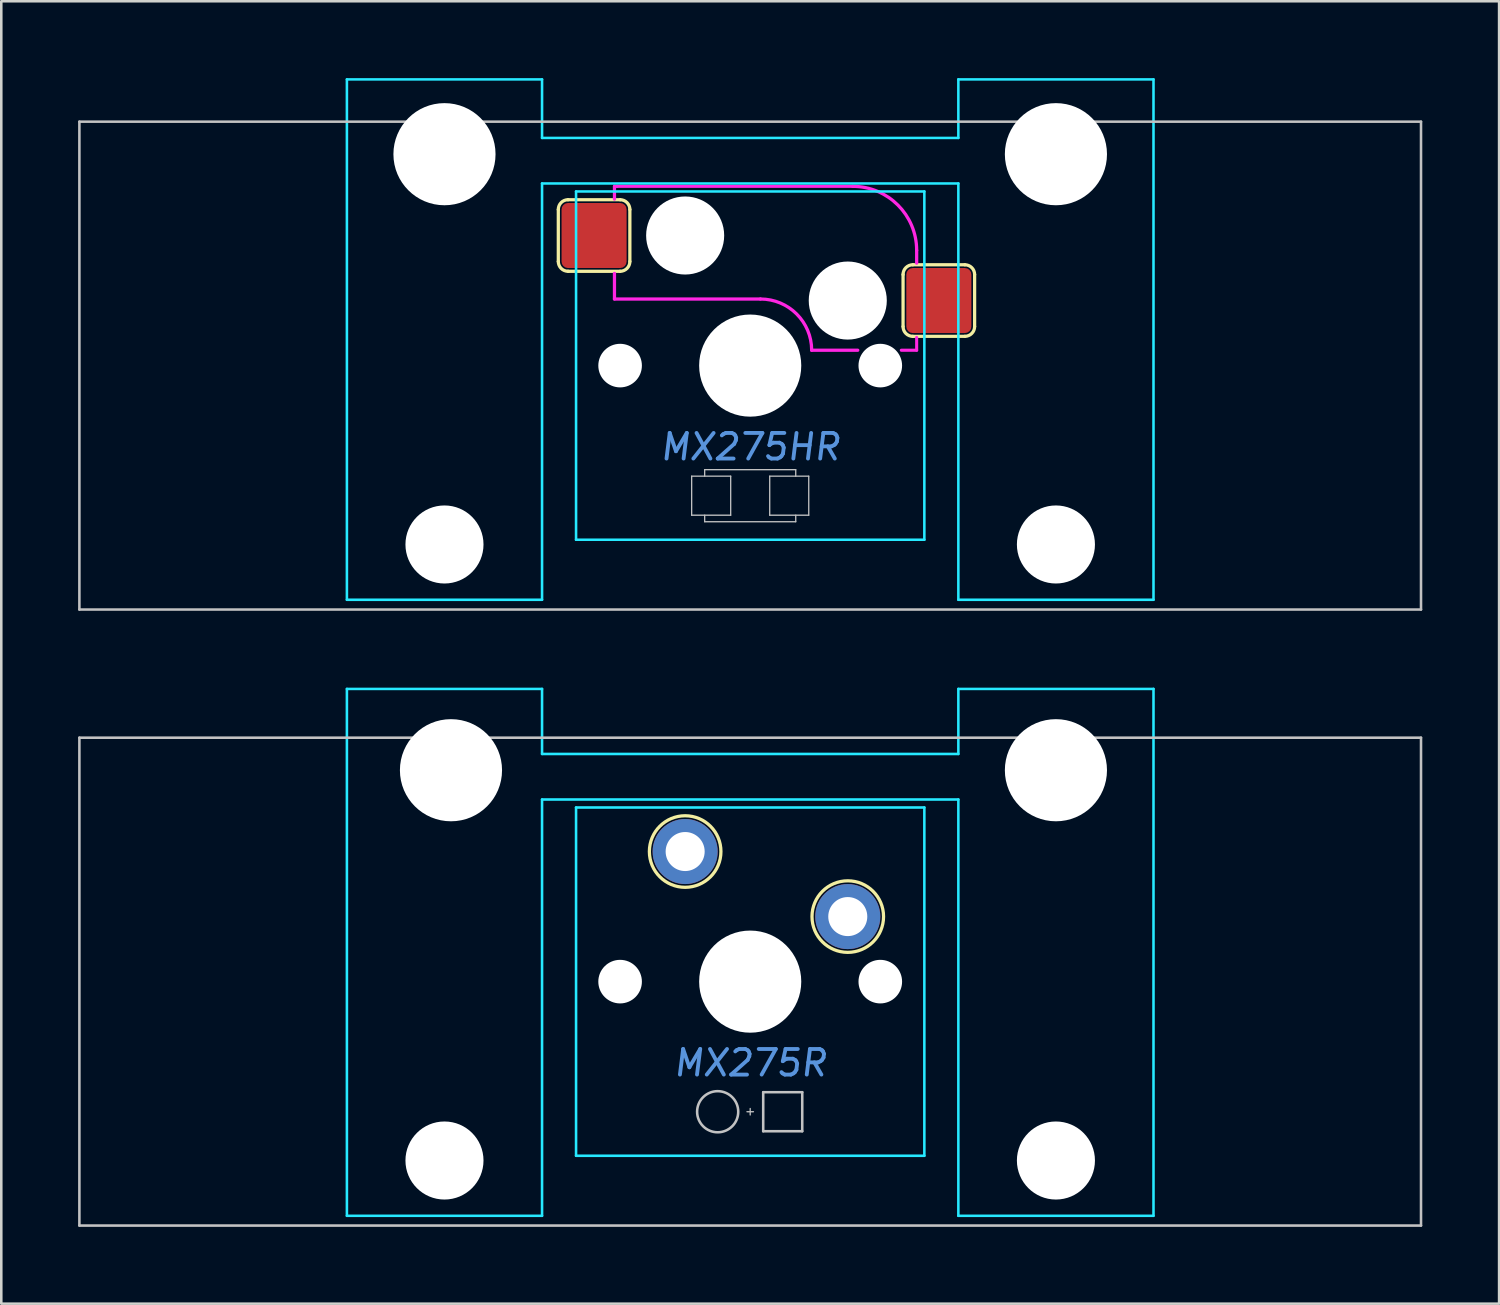
<source format=kicad_pcb>
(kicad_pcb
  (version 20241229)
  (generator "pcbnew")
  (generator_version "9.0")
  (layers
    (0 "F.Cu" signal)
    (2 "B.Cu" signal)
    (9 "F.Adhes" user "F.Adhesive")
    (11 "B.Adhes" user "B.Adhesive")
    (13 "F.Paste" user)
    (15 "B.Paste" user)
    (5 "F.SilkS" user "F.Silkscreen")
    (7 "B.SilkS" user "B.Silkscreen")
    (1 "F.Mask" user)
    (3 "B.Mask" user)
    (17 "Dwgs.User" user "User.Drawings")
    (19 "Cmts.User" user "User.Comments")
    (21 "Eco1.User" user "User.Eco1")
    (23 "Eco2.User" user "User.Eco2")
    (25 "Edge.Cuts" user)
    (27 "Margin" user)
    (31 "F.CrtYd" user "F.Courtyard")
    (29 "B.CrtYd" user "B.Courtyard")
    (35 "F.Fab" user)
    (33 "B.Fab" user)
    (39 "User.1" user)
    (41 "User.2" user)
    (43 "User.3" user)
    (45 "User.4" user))
  (footprint "MX275HR"
    (layer "F.Cu")
    (at 26.244 11.226)
    (property "Reference" "MX275HR" (at 0 3.175 0) (layer "Cmts.User") (effects (font (size 1 1) (thickness 0.15) (italic yes))))
    (attr through_hole)
    (fp_line (start -7.493 -6.096) (end -7.493 -4.064) (stroke (width 0.127) (type solid)) (layer "F.SilkS"))
    (fp_line (start -7.112 -3.683) (end -5.08 -3.683) (stroke (width 0.127) (type solid)) (layer "F.SilkS"))
    (fp_line (start -5.08 -6.477) (end -7.112 -6.477) (stroke (width 0.127) (type solid)) (layer "F.SilkS"))
    (fp_line (start -4.699 -4.064) (end -4.699 -6.096) (stroke (width 0.127) (type solid)) (layer "F.SilkS"))
    (fp_line (start 5.969 -3.556) (end 5.969 -1.524) (stroke (width 0.127) (type solid)) (layer "F.SilkS"))
    (fp_line (start 6.35 -1.143) (end 8.382 -1.143) (stroke (width 0.127) (type solid)) (layer "F.SilkS"))
    (fp_line (start 8.382 -3.937) (end 6.35 -3.937) (stroke (width 0.127) (type solid)) (layer "F.SilkS"))
    (fp_line (start 8.763 -1.524) (end 8.763 -3.556) (stroke (width 0.127) (type solid)) (layer "F.SilkS"))
    (fp_arc (start -7.493 -6.096) (mid -7.381408 -6.365408) (end -7.112 -6.477) (stroke (width 0.127) (type solid)) (layer "F.SilkS"))
    (fp_arc (start -7.112 -3.683) (mid -7.381408 -3.794592) (end -7.493 -4.064) (stroke (width 0.127) (type solid)) (layer "F.SilkS"))
    (fp_arc (start -5.08 -6.477) (mid -4.810592 -6.365408) (end -4.699 -6.096) (stroke (width 0.127) (type solid)) (layer "F.SilkS"))
    (fp_arc (start -4.699 -4.064) (mid -4.810592 -3.794592) (end -5.08 -3.683) (stroke (width 0.127) (type solid)) (layer "F.SilkS"))
    (fp_arc (start 5.969 -3.556) (mid 6.080592 -3.825408) (end 6.35 -3.937) (stroke (width 0.127) (type solid)) (layer "F.SilkS"))
    (fp_arc (start 6.35 -1.143) (mid 6.080592 -1.254592) (end 5.969 -1.524) (stroke (width 0.127) (type solid)) (layer "F.SilkS"))
    (fp_arc (start 8.382 -3.937) (mid 8.651408 -3.825408) (end 8.763 -3.556) (stroke (width 0.127) (type solid)) (layer "F.SilkS"))
    (fp_arc (start 8.763 -1.524) (mid 8.651408 -1.254592) (end 8.382 -1.143) (stroke (width 0.127) (type solid)) (layer "F.SilkS"))
    (fp_line (start -26.194 -9.525) (end -26.194 9.525) (stroke (width 0.1) (type solid)) (layer "Dwgs.User"))
    (fp_line (start -26.194 -9.525) (end 26.194 -9.525) (stroke (width 0.1) (type solid)) (layer "Dwgs.User"))
    (fp_line (start -26.194 9.525) (end 26.194 9.525) (stroke (width 0.1) (type solid)) (layer "Dwgs.User"))
    (fp_line (start -2.286 4.318) (end -0.762 4.318) (stroke (width 0.051) (type solid)) (layer "Dwgs.User"))
    (fp_line (start -2.286 5.842) (end -2.286 4.318) (stroke (width 0.051) (type solid)) (layer "Dwgs.User"))
    (fp_line (start -1.778 4.064) (end 1.778 4.064) (stroke (width 0.051) (type solid)) (layer "Dwgs.User"))
    (fp_line (start -1.778 4.318) (end -1.778 4.064) (stroke (width 0.051) (type solid)) (layer "Dwgs.User"))
    (fp_line (start -1.778 6.096) (end -1.778 5.842) (stroke (width 0.051) (type solid)) (layer "Dwgs.User"))
    (fp_line (start -0.762 4.318) (end -0.762 5.842) (stroke (width 0.051) (type solid)) (layer "Dwgs.User"))
    (fp_line (start -0.762 5.842) (end -2.286 5.842) (stroke (width 0.051) (type solid)) (layer "Dwgs.User"))
    (fp_line (start 0.762 4.318) (end 2.286 4.318) (stroke (width 0.051) (type solid)) (layer "Dwgs.User"))
    (fp_line (start 0.762 5.842) (end 0.762 4.318) (stroke (width 0.051) (type solid)) (layer "Dwgs.User"))
    (fp_line (start 1.778 4.064) (end 1.778 4.318) (stroke (width 0.051) (type solid)) (layer "Dwgs.User"))
    (fp_line (start 1.778 5.842) (end 1.778 6.096) (stroke (width 0.051) (type solid)) (layer "Dwgs.User"))
    (fp_line (start 1.778 6.096) (end -1.778 6.096) (stroke (width 0.051) (type solid)) (layer "Dwgs.User"))
    (fp_line (start 2.286 4.318) (end 2.286 5.842) (stroke (width 0.051) (type solid)) (layer "Dwgs.User"))
    (fp_line (start 2.286 5.842) (end 0.762 5.842) (stroke (width 0.051) (type solid)) (layer "Dwgs.User"))
    (fp_line (start 26.194 -9.525) (end 26.194 9.525) (stroke (width 0.1) (type solid)) (layer "Dwgs.User"))
    (fp_line (start -15.748 -11.176) (end -15.748 9.144) (stroke (width 0.1) (type solid)) (layer "B.CrtYd"))
    (fp_line (start -15.748 -11.176) (end -8.128 -11.176) (stroke (width 0.1) (type solid)) (layer "B.CrtYd"))
    (fp_line (start -8.128 -8.89) (end -8.128 -11.176) (stroke (width 0.1) (type solid)) (layer "B.CrtYd"))
    (fp_line (start -8.128 -7.112) (end -8.128 9.142) (stroke (width 0.1) (type solid)) (layer "B.CrtYd"))
    (fp_line (start -8.128 9.144) (end -15.748 9.144) (stroke (width 0.1) (type solid)) (layer "B.CrtYd"))
    (fp_line (start -6.8 -6.8) (end -6.8 6.8) (stroke (width 0.1) (type solid)) (layer "B.CrtYd"))
    (fp_line (start 6.8 -6.8) (end -6.8 -6.8) (stroke (width 0.1) (type solid)) (layer "B.CrtYd"))
    (fp_line (start 6.8 -6.8) (end 6.8 6.8) (stroke (width 0.1) (type solid)) (layer "B.CrtYd"))
    (fp_line (start 6.8 6.8) (end -6.8 6.8) (stroke (width 0.1) (type solid)) (layer "B.CrtYd"))
    (fp_line (start 8.128 -8.89) (end -8.128 -8.89) (stroke (width 0.1) (type solid)) (layer "B.CrtYd"))
    (fp_line (start 8.128 -8.89) (end 8.128 -11.176) (stroke (width 0.1) (type solid)) (layer "B.CrtYd"))
    (fp_line (start 8.128 -7.112) (end -8.128 -7.112) (stroke (width 0.1) (type solid)) (layer "B.CrtYd"))
    (fp_line (start 8.128 -7.112) (end 8.128 9.144) (stroke (width 0.1) (type solid)) (layer "B.CrtYd"))
    (fp_line (start 8.128 9.144) (end 15.748 9.144) (stroke (width 0.1) (type solid)) (layer "B.CrtYd"))
    (fp_line (start 15.748 -11.176) (end 8.128 -11.176) (stroke (width 0.1) (type solid)) (layer "B.CrtYd"))
    (fp_line (start 15.748 9.144) (end 15.748 -11.176) (stroke (width 0.1) (type solid)) (layer "B.CrtYd"))
    (fp_line (start -5.3 -7) (end -5.3 -6.5) (stroke (width 0.127) (type solid)) (layer "F.CrtYd"))
    (fp_line (start -5.3 -3.6) (end -5.3 -2.6) (stroke (width 0.127) (type solid)) (layer "F.CrtYd"))
    (fp_line (start -5.2 -7) (end -5.3 -7) (stroke (width 0.12) (type solid)) (layer "F.CrtYd"))
    (fp_line (start 0.4 -2.6) (end -5.3 -2.6) (stroke (width 0.127) (type solid)) (layer "F.CrtYd"))
    (fp_line (start 4 -7) (end -5.2 -7) (stroke (width 0.12) (type solid)) (layer "F.CrtYd"))
    (fp_line (start 4.2 -0.6) (end 2.4 -0.6) (stroke (width 0.127) (type solid)) (layer "F.CrtYd"))
    (fp_line (start 6.5 -4.5) (end 6.5 -4) (stroke (width 0.127) (type solid)) (layer "F.CrtYd"))
    (fp_line (start 6.5 -1.1) (end 6.5 -0.6) (stroke (width 0.12) (type solid)) (layer "F.CrtYd"))
    (fp_line (start 6.5 -0.6) (end 5.9 -0.6) (stroke (width 0.12) (type solid)) (layer "F.CrtYd"))
    (fp_arc (start 0.4 -2.6) (mid 1.814214 -2.014214) (end 2.4 -0.6) (stroke (width 0.127) (type solid)) (layer "F.CrtYd"))
    (fp_arc (start 4 -7) (mid 5.767767 -6.267767) (end 6.5 -4.5) (stroke (width 0.127) (type solid)) (layer "F.CrtYd"))
    (pad "" np_thru_hole circle (at -11.938 -8.255 180) (size 3.988 3.988) (drill 3.988) (layers "*.Cu" "*.Mask"))
    (pad "" np_thru_hole circle (at -11.938 6.985 180) (size 3.048 3.048) (drill 3.048) (layers "*.Cu" "*.Mask"))
    (pad "" np_thru_hole circle (at -5.08 0) (size 1.702 1.702) (drill 1.702) (layers "*.Cu" "*.Mask"))
    (pad "" np_thru_hole circle (at -2.54 -5.08) (size 3.048 3.048) (drill 3.048) (layers "*.Cu" "*.Mask"))
    (pad "" np_thru_hole circle (at 0 0) (size 3.988 3.988) (drill 3.988) (layers "*.Cu" "*.Mask"))
    (pad "" np_thru_hole circle (at 3.81 -2.54) (size 3.048 3.048) (drill 3.048) (layers "*.Cu" "*.Mask"))
    (pad "" np_thru_hole circle (at 5.08 0) (size 1.702 1.702) (drill 1.702) (layers "*.Cu" "*.Mask"))
    (pad "" np_thru_hole circle (at 11.938 -8.255 180) (size 3.988 3.988) (drill 3.988) (layers "*.Cu" "*.Mask"))
    (pad "" np_thru_hole circle (at 11.938 6.985 180) (size 3.048 3.048) (drill 3.048) (layers "*.Cu" "*.Mask"))
    (pad "1" smd roundrect (at -6.096 -5.08) (size 2.54 2.54) (layers "F.Cu" "F.Mask") (roundrect_rratio 0.1))
    (pad "2" smd roundrect (at 7.366 -2.54) (size 2.54 2.54) (layers "F.Cu" "F.Mask" "F.Paste") (roundrect_rratio 0.1)))
  (footprint "MX275R"
    (layer "F.Cu")
    (at 26.244 35.281)
    (property "Reference" "MX275R" (at 0 3.175 0) (layer "Cmts.User") (effects (font (size 1 1) (thickness 0.15) (italic yes))))
    (attr through_hole)
    (fp_circle (center -2.54 -5.08) (end -1.143 -5.08) (stroke (width 0.127) (type solid)) (fill no) (layer "F.SilkS"))
    (fp_circle (center 3.81 -2.54) (end 5.207 -2.54) (stroke (width 0.127) (type solid)) (fill no) (layer "F.SilkS"))
    (fp_line (start -26.194 -9.525) (end -26.194 9.525) (stroke (width 0.1) (type solid)) (layer "Dwgs.User"))
    (fp_line (start -26.194 -9.525) (end 26.194 -9.525) (stroke (width 0.1) (type solid)) (layer "Dwgs.User"))
    (fp_line (start -26.194 9.525) (end 26.194 9.525) (stroke (width 0.1) (type solid)) (layer "Dwgs.User"))
    (fp_line (start -0.127 5.08) (end 0.127 5.08) (stroke (width 0.05) (type solid)) (layer "Dwgs.User"))
    (fp_line (start 0 5.207) (end 0 4.953) (stroke (width 0.05) (type solid)) (layer "Dwgs.User"))
    (fp_line (start 0.508 4.318) (end 0.508 5.842) (stroke (width 0.1) (type solid)) (layer "Dwgs.User"))
    (fp_line (start 0.508 4.318) (end 2.032 4.318) (stroke (width 0.1) (type solid)) (layer "Dwgs.User"))
    (fp_line (start 0.508 5.842) (end 2.032 5.842) (stroke (width 0.1) (type solid)) (layer "Dwgs.User"))
    (fp_line (start 2.032 5.842) (end 2.032 4.318) (stroke (width 0.1) (type solid)) (layer "Dwgs.User"))
    (fp_line (start 26.194 -9.525) (end 26.194 9.525) (stroke (width 0.1) (type solid)) (layer "Dwgs.User"))
    (fp_circle (center -1.27 5.08) (end -0.467 5.08) (stroke (width 0.1) (type solid)) (fill no) (layer "Dwgs.User"))
    (fp_line (start -15.748 -11.43) (end -8.128 -11.43) (stroke (width 0.1) (type solid)) (layer "B.CrtYd"))
    (fp_line (start -15.748 9.144) (end -15.748 -11.43) (stroke (width 0.1) (type solid)) (layer "B.CrtYd"))
    (fp_line (start -8.128 -11.43) (end -8.128 -8.89) (stroke (width 0.1) (type solid)) (layer "B.CrtYd"))
    (fp_line (start -8.128 9.144) (end -15.748 9.144) (stroke (width 0.1) (type solid)) (layer "B.CrtYd"))
    (fp_line (start -8.128 9.144) (end -8.128 -7.112) (stroke (width 0.1) (type solid)) (layer "B.CrtYd"))
    (fp_line (start -6.8 6.8) (end -6.8 -6.8) (stroke (width 0.1) (type solid)) (layer "B.CrtYd"))
    (fp_line (start 6.8 -6.8) (end -6.8 -6.8) (stroke (width 0.1) (type solid)) (layer "B.CrtYd"))
    (fp_line (start 6.8 6.8) (end -6.8 6.8) (stroke (width 0.1) (type solid)) (layer "B.CrtYd"))
    (fp_line (start 6.8 6.8) (end 6.8 -6.8) (stroke (width 0.1) (type solid)) (layer "B.CrtYd"))
    (fp_line (start 8.128 -11.43) (end 8.128 -8.89) (stroke (width 0.1) (type solid)) (layer "B.CrtYd"))
    (fp_line (start 8.128 -11.43) (end 15.748 -11.43) (stroke (width 0.1) (type solid)) (layer "B.CrtYd"))
    (fp_line (start 8.128 -8.89) (end -8.128 -8.89) (stroke (width 0.1) (type solid)) (layer "B.CrtYd"))
    (fp_line (start 8.128 -7.112) (end -8.128 -7.112) (stroke (width 0.1) (type solid)) (layer "B.CrtYd"))
    (fp_line (start 8.128 9.144) (end 8.128 -7.112) (stroke (width 0.1) (type solid)) (layer "B.CrtYd"))
    (fp_line (start 15.748 -11.43) (end 15.748 9.144) (stroke (width 0.1) (type solid)) (layer "B.CrtYd"))
    (fp_line (start 15.748 9.144) (end 8.128 9.144) (stroke (width 0.1) (type solid)) (layer "B.CrtYd"))
    (pad "" np_thru_hole circle (at -11.938 6.985 180) (size 3.048 3.048) (drill 3.048) (layers "*.Cu" "*.Mask"))
    (pad "" np_thru_hole circle (at -11.684 -8.255 180) (size 3.988 3.988) (drill 3.988) (layers "*.Cu" "*.Mask"))
    (pad "" np_thru_hole circle (at -5.08 0) (size 1.702 1.702) (drill 1.702) (layers "*.Cu" "*.Mask"))
    (pad "" np_thru_hole circle (at 0 0) (size 3.988 3.988) (drill 3.988) (layers "*.Cu" "*.Mask"))
    (pad "" np_thru_hole circle (at 5.08 0) (size 1.702 1.702) (drill 1.702) (layers "*.Cu" "*.Mask"))
    (pad "" np_thru_hole circle (at 11.938 -8.255 180) (size 3.988 3.988) (drill 3.988) (layers "*.Cu" "*.Mask"))
    (pad "" np_thru_hole circle (at 11.938 6.985 180) (size 3.048 3.048) (drill 3.048) (layers "*.Cu" "*.Mask"))
    (pad "1" thru_hole circle (at -2.54 -5.08) (size 2.54 2.54) (drill 1.524) (layers "*.Cu" "*.Mask"))
    (pad "2" thru_hole circle (at 3.81 -2.54) (size 2.54 2.54) (drill 1.524) (layers "*.Cu" "*.Mask")))
  (gr_rect
    (start -3 -3)
    (end 55.487 47.856)
    (stroke (width 0.1) (type default))
    (fill no)
    (layer "Edge.Cuts")))
</source>
